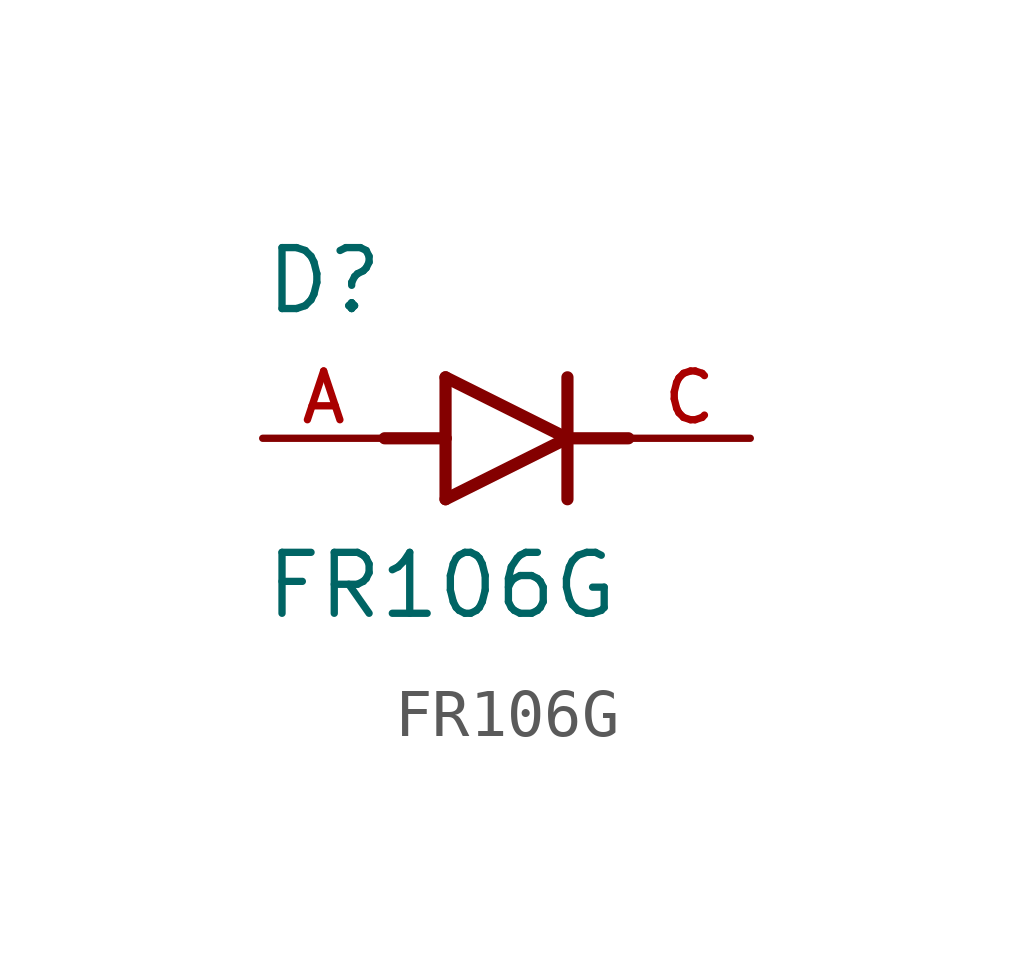
<source format=kicad_sym>
(kicad_symbol_lib
  (version 20211014)
  (generator kicad_symbol_editor)
  (symbol "FR106G"
    (pin_names
      (offset 1.016))
    (property "Reference" "D"
      (at -5.08 2.54 0)
      (effects (font (size 1.27 1.27)) (justify bottom left)))
    (property "Value" "FR106G"
      (at -5.08 -3.81 0)
      (effects (font (size 1.27 1.27)) (justify bottom left)))
    (symbol "FR106G_0_0"
      (polyline (pts (xy -1.27 -1.27) (xy 1.27 0.0)) (stroke (width 0.254)))
      (polyline (pts (xy 1.27 0.0) (xy -1.27 1.27)) (stroke (width 0.254)))
      (polyline (pts (xy 1.27 1.27) (xy 1.27 0.0)) (stroke (width 0.254)))
      (polyline (pts (xy -1.27 1.27) (xy -1.27 0.0)) (stroke (width 0.254)))
      (polyline (pts (xy -1.27 0.0) (xy -1.27 -1.27)) (stroke (width 0.254)))
      (polyline (pts (xy 1.27 0.0) (xy 1.27 -1.27)) (stroke (width 0.254)))
      (polyline (pts (xy -2.54 0.0) (xy -1.27 0.0)) (stroke (width 0.254)))
      (polyline (pts (xy 1.27 0.0) (xy 2.54 0.0)) (stroke (width 0.254)))
      (pin passive line (at 5.08 0.0 180.0) (length 2.54) (name "~" (effects (font (size 1.016 1.016)))) (number "C" (effects (font (size 1.016 1.016)))))
      (pin passive line (at -5.08 0.0 0) (length 2.54) (name "~" (effects (font (size 1.016 1.016)))) (number "A" (effects (font (size 1.016 1.016))))))))
</source>
